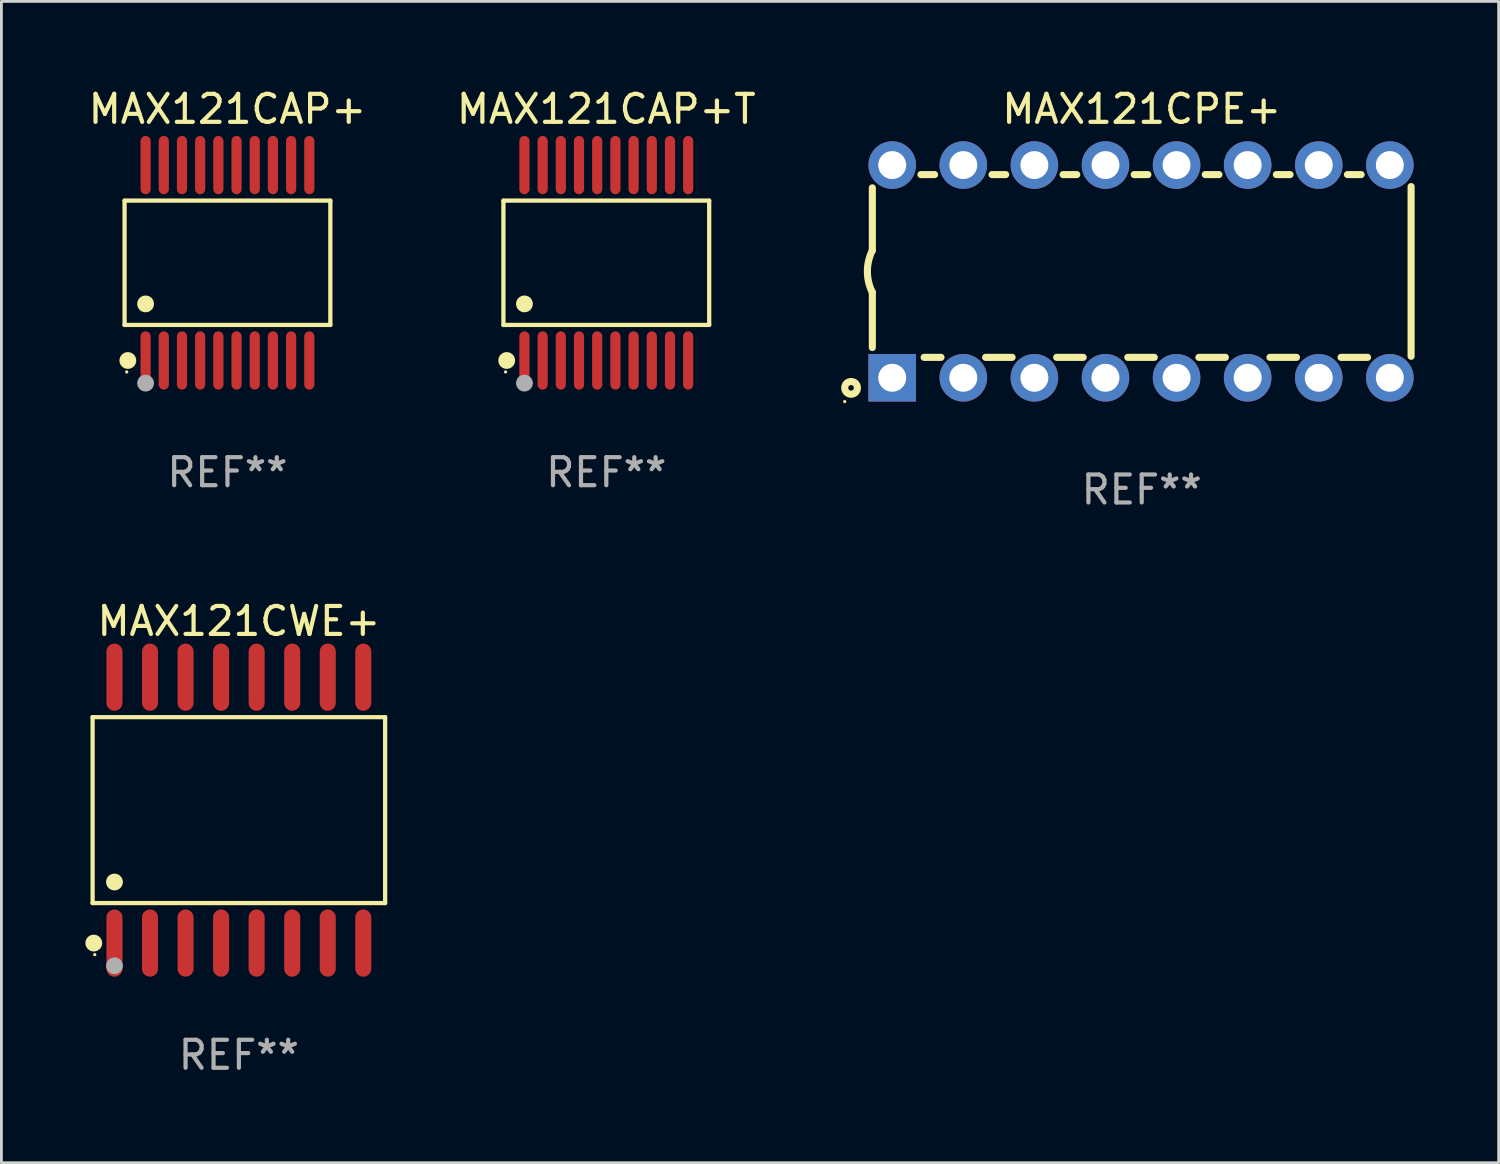
<source format=kicad_pcb>
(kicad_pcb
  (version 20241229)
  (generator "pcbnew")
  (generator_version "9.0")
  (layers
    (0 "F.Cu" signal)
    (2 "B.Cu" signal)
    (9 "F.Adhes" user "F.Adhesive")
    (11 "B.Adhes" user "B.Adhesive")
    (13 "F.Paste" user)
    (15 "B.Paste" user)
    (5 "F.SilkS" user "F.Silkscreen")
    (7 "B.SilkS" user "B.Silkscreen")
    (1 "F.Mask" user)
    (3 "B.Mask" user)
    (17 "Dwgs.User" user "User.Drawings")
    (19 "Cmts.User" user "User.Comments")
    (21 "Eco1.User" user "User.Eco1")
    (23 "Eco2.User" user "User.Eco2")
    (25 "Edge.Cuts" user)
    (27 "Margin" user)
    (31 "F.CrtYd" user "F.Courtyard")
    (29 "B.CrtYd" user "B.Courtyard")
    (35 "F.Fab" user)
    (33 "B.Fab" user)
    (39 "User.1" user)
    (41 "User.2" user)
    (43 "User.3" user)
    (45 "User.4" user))
  (footprint "MAX121CAP+"
    (layer "F.Cu")
    (at 5.077 6.339)
    (property "Reference" "MAX121CAP+" (at 0 -5.491 0) (layer "F.SilkS") (effects (font (size 1 1) (thickness 0.15))))
    (attr through_hole)
    (fp_line (start -3.676 -2.221) (end 3.676 -2.221) (stroke (width 0.152) (type solid)) (layer "F.SilkS"))
    (fp_line (start -3.676 2.221) (end -3.676 -2.221) (stroke (width 0.152) (type solid)) (layer "F.SilkS"))
    (fp_line (start 3.676 -2.221) (end 3.676 2.221) (stroke (width 0.152) (type solid)) (layer "F.SilkS"))
    (fp_line (start 3.676 2.221) (end -3.676 2.221) (stroke (width 0.152) (type solid)) (layer "F.SilkS"))
    (fp_circle (center -3.6 3.9) (end -3.57 3.9) (stroke (width 0.06) (type solid)) (fill no) (layer "F.SilkS"))
    (fp_circle (center -3.559 3.491) (end -3.409 3.491) (stroke (width 0.3) (type solid)) (fill no) (layer "F.SilkS"))
    (fp_circle (center -2.925 1.469) (end -2.775 1.469) (stroke (width 0.3) (type solid)) (fill no) (layer "F.SilkS"))
    (fp_circle (center -2.925 4.3) (end -2.775 4.3) (stroke (width 0.3) (type solid)) (fill no) (layer "F.Fab"))
    (fp_text user "REF**" (at 0 7.491 0) (layer "F.Fab") (effects (font (size 1 1) (thickness 0.15))))
    (pad "1" smd oval (at -2.925 3.491) (size 0.364 2.082) (layers "F.Cu" "F.Mask" "F.Paste"))
    (pad "2" smd oval (at -2.275 3.491) (size 0.364 2.082) (layers "F.Cu" "F.Mask" "F.Paste"))
    (pad "3" smd oval (at -1.625 3.491) (size 0.364 2.082) (layers "F.Cu" "F.Mask" "F.Paste"))
    (pad "4" smd oval (at -0.975 3.491) (size 0.364 2.082) (layers "F.Cu" "F.Mask" "F.Paste"))
    (pad "5" smd oval (at -0.325 3.491) (size 0.364 2.082) (layers "F.Cu" "F.Mask" "F.Paste"))
    (pad "6" smd oval (at 0.325 3.491) (size 0.364 2.082) (layers "F.Cu" "F.Mask" "F.Paste"))
    (pad "7" smd oval (at 0.975 3.491) (size 0.364 2.082) (layers "F.Cu" "F.Mask" "F.Paste"))
    (pad "8" smd oval (at 1.625 3.491) (size 0.364 2.082) (layers "F.Cu" "F.Mask" "F.Paste"))
    (pad "9" smd oval (at 2.275 3.491) (size 0.364 2.082) (layers "F.Cu" "F.Mask" "F.Paste"))
    (pad "10" smd oval (at 2.925 3.491) (size 0.364 2.082) (layers "F.Cu" "F.Mask" "F.Paste"))
    (pad "11" smd oval (at 2.925 -3.491) (size 0.364 2.082) (layers "F.Cu" "F.Mask" "F.Paste"))
    (pad "12" smd oval (at 2.275 -3.491) (size 0.364 2.082) (layers "F.Cu" "F.Mask" "F.Paste"))
    (pad "13" smd oval (at 1.625 -3.491) (size 0.364 2.082) (layers "F.Cu" "F.Mask" "F.Paste"))
    (pad "14" smd oval (at 0.975 -3.491) (size 0.364 2.082) (layers "F.Cu" "F.Mask" "F.Paste"))
    (pad "15" smd oval (at 0.325 -3.491) (size 0.364 2.082) (layers "F.Cu" "F.Mask" "F.Paste"))
    (pad "16" smd oval (at -0.325 -3.491) (size 0.364 2.082) (layers "F.Cu" "F.Mask" "F.Paste"))
    (pad "17" smd oval (at -0.975 -3.491) (size 0.364 2.082) (layers "F.Cu" "F.Mask" "F.Paste"))
    (pad "18" smd oval (at -1.625 -3.491) (size 0.364 2.082) (layers "F.Cu" "F.Mask" "F.Paste"))
    (pad "19" smd oval (at -2.275 -3.491) (size 0.364 2.082) (layers "F.Cu" "F.Mask" "F.Paste"))
    (pad "20" smd oval (at -2.925 -3.491) (size 0.364 2.082) (layers "F.Cu" "F.Mask" "F.Paste")))
  (footprint "MAX121CWE+"
    (layer "F.Cu")
    (at 5.485 25.895)
    (property "Reference" "MAX121CWE+" (at 0 -6.75 0) (layer "F.SilkS") (effects (font (size 1 1) (thickness 0.15))))
    (attr through_hole)
    (fp_line (start -5.226 -3.321) (end 5.226 -3.321) (stroke (width 0.152) (type solid)) (layer "F.SilkS"))
    (fp_line (start -5.226 3.321) (end -5.226 -3.321) (stroke (width 0.152) (type solid)) (layer "F.SilkS"))
    (fp_line (start 5.226 -3.321) (end 5.226 3.321) (stroke (width 0.152) (type solid)) (layer "F.SilkS"))
    (fp_line (start 5.226 3.321) (end -5.226 3.321) (stroke (width 0.152) (type solid)) (layer "F.SilkS"))
    (fp_circle (center -5.184 4.75) (end -5.034 4.75) (stroke (width 0.3) (type solid)) (fill no) (layer "F.SilkS"))
    (fp_circle (center -5.15 5.163) (end -5.12 5.163) (stroke (width 0.06) (type solid)) (fill no) (layer "F.SilkS"))
    (fp_circle (center -4.445 2.569) (end -4.295 2.569) (stroke (width 0.3) (type solid)) (fill no) (layer "F.SilkS"))
    (fp_circle (center -4.445 5.563) (end -4.295 5.563) (stroke (width 0.3) (type solid)) (fill no) (layer "F.Fab"))
    (fp_text user "REF**" (at 0 8.75 0) (layer "F.Fab") (effects (font (size 1 1) (thickness 0.15))))
    (pad "1" smd oval (at -4.445 4.75) (size 0.574 2.401) (layers "F.Cu" "F.Mask" "F.Paste"))
    (pad "2" smd oval (at -3.175 4.75) (size 0.574 2.401) (layers "F.Cu" "F.Mask" "F.Paste"))
    (pad "3" smd oval (at -1.905 4.75) (size 0.574 2.401) (layers "F.Cu" "F.Mask" "F.Paste"))
    (pad "4" smd oval (at -0.635 4.75) (size 0.574 2.401) (layers "F.Cu" "F.Mask" "F.Paste"))
    (pad "5" smd oval (at 0.635 4.75) (size 0.574 2.401) (layers "F.Cu" "F.Mask" "F.Paste"))
    (pad "6" smd oval (at 1.905 4.75) (size 0.574 2.401) (layers "F.Cu" "F.Mask" "F.Paste"))
    (pad "7" smd oval (at 3.175 4.75) (size 0.574 2.401) (layers "F.Cu" "F.Mask" "F.Paste"))
    (pad "8" smd oval (at 4.445 4.75) (size 0.574 2.401) (layers "F.Cu" "F.Mask" "F.Paste"))
    (pad "9" smd oval (at 4.445 -4.75) (size 0.574 2.401) (layers "F.Cu" "F.Mask" "F.Paste"))
    (pad "10" smd oval (at 3.175 -4.75) (size 0.574 2.401) (layers "F.Cu" "F.Mask" "F.Paste"))
    (pad "11" smd oval (at 1.905 -4.75) (size 0.574 2.401) (layers "F.Cu" "F.Mask" "F.Paste"))
    (pad "12" smd oval (at 0.635 -4.75) (size 0.574 2.401) (layers "F.Cu" "F.Mask" "F.Paste"))
    (pad "13" smd oval (at -0.635 -4.75) (size 0.574 2.401) (layers "F.Cu" "F.Mask" "F.Paste"))
    (pad "14" smd oval (at -1.905 -4.75) (size 0.574 2.401) (layers "F.Cu" "F.Mask" "F.Paste"))
    (pad "15" smd oval (at -3.175 -4.75) (size 0.574 2.401) (layers "F.Cu" "F.Mask" "F.Paste"))
    (pad "16" smd oval (at -4.445 -4.75) (size 0.574 2.401) (layers "F.Cu" "F.Mask" "F.Paste")))
  (footprint "MAX121CPE+"
    (layer "F.Cu")
    (at 37.743 6.648)
    (property "Reference" "MAX121CPE+" (at 0 -5.8 0) (layer "F.SilkS") (effects (font (size 1 1) (thickness 0.15))))
    (attr through_hole)
    (fp_line (start -9.625 -0.75) (end -9.625 -2.986) (stroke (width 0.254) (type solid)) (layer "F.SilkS"))
    (fp_line (start -9.625 0.749) (end -9.625 2.719) (stroke (width 0.254) (type solid)) (layer "F.SilkS"))
    (fp_line (start -7.889 -3.46) (end -7.401 -3.46) (stroke (width 0.254) (type solid)) (layer "F.SilkS"))
    (fp_line (start -7.775 3.07) (end -7.172 3.07) (stroke (width 0.254) (type solid)) (layer "F.SilkS"))
    (fp_line (start -5.578 3.07) (end -4.632 3.07) (stroke (width 0.254) (type solid)) (layer "F.SilkS"))
    (fp_line (start -5.349 -3.46) (end -4.861 -3.46) (stroke (width 0.254) (type solid)) (layer "F.SilkS"))
    (fp_line (start -3.038 3.07) (end -2.092 3.07) (stroke (width 0.254) (type solid)) (layer "F.SilkS"))
    (fp_line (start -2.809 -3.46) (end -2.321 -3.46) (stroke (width 0.254) (type solid)) (layer "F.SilkS"))
    (fp_line (start -0.498 3.07) (end 0.448 3.07) (stroke (width 0.254) (type solid)) (layer "F.SilkS"))
    (fp_line (start -0.269 -3.46) (end 0.219 -3.46) (stroke (width 0.254) (type solid)) (layer "F.SilkS"))
    (fp_line (start 2.042 3.07) (end 2.988 3.07) (stroke (width 0.254) (type solid)) (layer "F.SilkS"))
    (fp_line (start 2.271 -3.46) (end 2.759 -3.46) (stroke (width 0.254) (type solid)) (layer "F.SilkS"))
    (fp_line (start 4.582 3.07) (end 5.528 3.07) (stroke (width 0.254) (type solid)) (layer "F.SilkS"))
    (fp_line (start 4.811 -3.46) (end 5.299 -3.46) (stroke (width 0.254) (type solid)) (layer "F.SilkS"))
    (fp_line (start 7.122 3.07) (end 8.068 3.07) (stroke (width 0.254) (type solid)) (layer "F.SilkS"))
    (fp_line (start 7.351 -3.46) (end 7.839 -3.46) (stroke (width 0.254) (type solid)) (layer "F.SilkS"))
    (fp_line (start 9.625 3.032) (end 9.625 -3.032) (stroke (width 0.254) (type solid)) (layer "F.SilkS"))
    (fp_arc (start -9.624993 0.748819) (mid -9.801912 -0.000581) (end -9.625019 -0.749987) (stroke (width 0.254001) (type solid)) (layer "F.SilkS"))
    (fp_circle (center -10.612 4.65) (end -10.582 4.65) (stroke (width 0.06) (type solid)) (fill no) (layer "F.SilkS"))
    (fp_circle (center -10.385 4.16) (end -10.285 4.16) (stroke (width 0.254) (type solid)) (fill no) (layer "F.SilkS"))
    (fp_text user "REF**" (at 0 7.8 0) (layer "F.Fab") (effects (font (size 1 1) (thickness 0.15))))
    (pad "1" thru_hole rect (at -8.915 3.8 90) (size 1.7 1.7) (drill 1) (layers "*.Cu" "*.Mask"))
    (pad "2" thru_hole circle (at -6.375 3.8) (size 1.7 1.7) (drill 1) (layers "*.Cu" "*.Mask"))
    (pad "3" thru_hole circle (at -3.835 3.8) (size 1.7 1.7) (drill 1) (layers "*.Cu" "*.Mask"))
    (pad "4" thru_hole circle (at -1.295 3.8) (size 1.7 1.7) (drill 1) (layers "*.Cu" "*.Mask"))
    (pad "5" thru_hole circle (at 1.245 3.8) (size 1.7 1.7) (drill 1) (layers "*.Cu" "*.Mask"))
    (pad "6" thru_hole circle (at 3.785 3.8) (size 1.7 1.7) (drill 1) (layers "*.Cu" "*.Mask"))
    (pad "7" thru_hole circle (at 6.325 3.8) (size 1.7 1.7) (drill 1) (layers "*.Cu" "*.Mask"))
    (pad "8" thru_hole circle (at 8.865 3.8) (size 1.7 1.7) (drill 1) (layers "*.Cu" "*.Mask"))
    (pad "9" thru_hole circle (at 8.865 -3.8) (size 1.7 1.7) (drill 1) (layers "*.Cu" "*.Mask"))
    (pad "10" thru_hole circle (at 6.325 -3.8) (size 1.7 1.7) (drill 1) (layers "*.Cu" "*.Mask"))
    (pad "11" thru_hole circle (at 3.785 -3.8) (size 1.7 1.7) (drill 1) (layers "*.Cu" "*.Mask"))
    (pad "12" thru_hole circle (at 1.245 -3.8) (size 1.7 1.7) (drill 1) (layers "*.Cu" "*.Mask"))
    (pad "13" thru_hole circle (at -1.295 -3.8) (size 1.7 1.7) (drill 1) (layers "*.Cu" "*.Mask"))
    (pad "14" thru_hole circle (at -3.835 -3.8) (size 1.7 1.7) (drill 1) (layers "*.Cu" "*.Mask"))
    (pad "15" thru_hole circle (at -6.375 -3.8) (size 1.7 1.7) (drill 1) (layers "*.Cu" "*.Mask"))
    (pad "16" thru_hole circle (at -8.915 -3.8) (size 1.7 1.7) (drill 1) (layers "*.Cu" "*.Mask")))
  (footprint "MAX121CAP+T"
    (layer "F.Cu")
    (at 18.613 6.339)
    (property "Reference" "MAX121CAP+T" (at 0 -5.491 0) (layer "F.SilkS") (effects (font (size 1 1) (thickness 0.15))))
    (attr through_hole)
    (fp_line (start -3.676 -2.221) (end 3.676 -2.221) (stroke (width 0.152) (type solid)) (layer "F.SilkS"))
    (fp_line (start -3.676 2.221) (end -3.676 -2.221) (stroke (width 0.152) (type solid)) (layer "F.SilkS"))
    (fp_line (start 3.676 -2.221) (end 3.676 2.221) (stroke (width 0.152) (type solid)) (layer "F.SilkS"))
    (fp_line (start 3.676 2.221) (end -3.676 2.221) (stroke (width 0.152) (type solid)) (layer "F.SilkS"))
    (fp_circle (center -3.6 3.9) (end -3.57 3.9) (stroke (width 0.06) (type solid)) (fill no) (layer "F.SilkS"))
    (fp_circle (center -3.559 3.491) (end -3.409 3.491) (stroke (width 0.3) (type solid)) (fill no) (layer "F.SilkS"))
    (fp_circle (center -2.925 1.469) (end -2.775 1.469) (stroke (width 0.3) (type solid)) (fill no) (layer "F.SilkS"))
    (fp_circle (center -2.925 4.3) (end -2.775 4.3) (stroke (width 0.3) (type solid)) (fill no) (layer "F.Fab"))
    (fp_text user "REF**" (at 0 7.491 0) (layer "F.Fab") (effects (font (size 1 1) (thickness 0.15))))
    (pad "1" smd oval (at -2.925 3.491) (size 0.364 2.082) (layers "F.Cu" "F.Mask" "F.Paste"))
    (pad "2" smd oval (at -2.275 3.491) (size 0.364 2.082) (layers "F.Cu" "F.Mask" "F.Paste"))
    (pad "3" smd oval (at -1.625 3.491) (size 0.364 2.082) (layers "F.Cu" "F.Mask" "F.Paste"))
    (pad "4" smd oval (at -0.975 3.491) (size 0.364 2.082) (layers "F.Cu" "F.Mask" "F.Paste"))
    (pad "5" smd oval (at -0.325 3.491) (size 0.364 2.082) (layers "F.Cu" "F.Mask" "F.Paste"))
    (pad "6" smd oval (at 0.325 3.491) (size 0.364 2.082) (layers "F.Cu" "F.Mask" "F.Paste"))
    (pad "7" smd oval (at 0.975 3.491) (size 0.364 2.082) (layers "F.Cu" "F.Mask" "F.Paste"))
    (pad "8" smd oval (at 1.625 3.491) (size 0.364 2.082) (layers "F.Cu" "F.Mask" "F.Paste"))
    (pad "9" smd oval (at 2.275 3.491) (size 0.364 2.082) (layers "F.Cu" "F.Mask" "F.Paste"))
    (pad "10" smd oval (at 2.925 3.491) (size 0.364 2.082) (layers "F.Cu" "F.Mask" "F.Paste"))
    (pad "11" smd oval (at 2.925 -3.491) (size 0.364 2.082) (layers "F.Cu" "F.Mask" "F.Paste"))
    (pad "12" smd oval (at 2.275 -3.491) (size 0.364 2.082) (layers "F.Cu" "F.Mask" "F.Paste"))
    (pad "13" smd oval (at 1.625 -3.491) (size 0.364 2.082) (layers "F.Cu" "F.Mask" "F.Paste"))
    (pad "14" smd oval (at 0.975 -3.491) (size 0.364 2.082) (layers "F.Cu" "F.Mask" "F.Paste"))
    (pad "15" smd oval (at 0.325 -3.491) (size 0.364 2.082) (layers "F.Cu" "F.Mask" "F.Paste"))
    (pad "16" smd oval (at -0.325 -3.491) (size 0.364 2.082) (layers "F.Cu" "F.Mask" "F.Paste"))
    (pad "17" smd oval (at -0.975 -3.491) (size 0.364 2.082) (layers "F.Cu" "F.Mask" "F.Paste"))
    (pad "18" smd oval (at -1.625 -3.491) (size 0.364 2.082) (layers "F.Cu" "F.Mask" "F.Paste"))
    (pad "19" smd oval (at -2.275 -3.491) (size 0.364 2.082) (layers "F.Cu" "F.Mask" "F.Paste"))
    (pad "20" smd oval (at -2.925 -3.491) (size 0.364 2.082) (layers "F.Cu" "F.Mask" "F.Paste")))
  (gr_rect
    (start -3 -3)
    (end 50.495 38.494)
    (stroke (width 0.1) (type default))
    (fill no)
    (layer "Edge.Cuts")))
</source>
